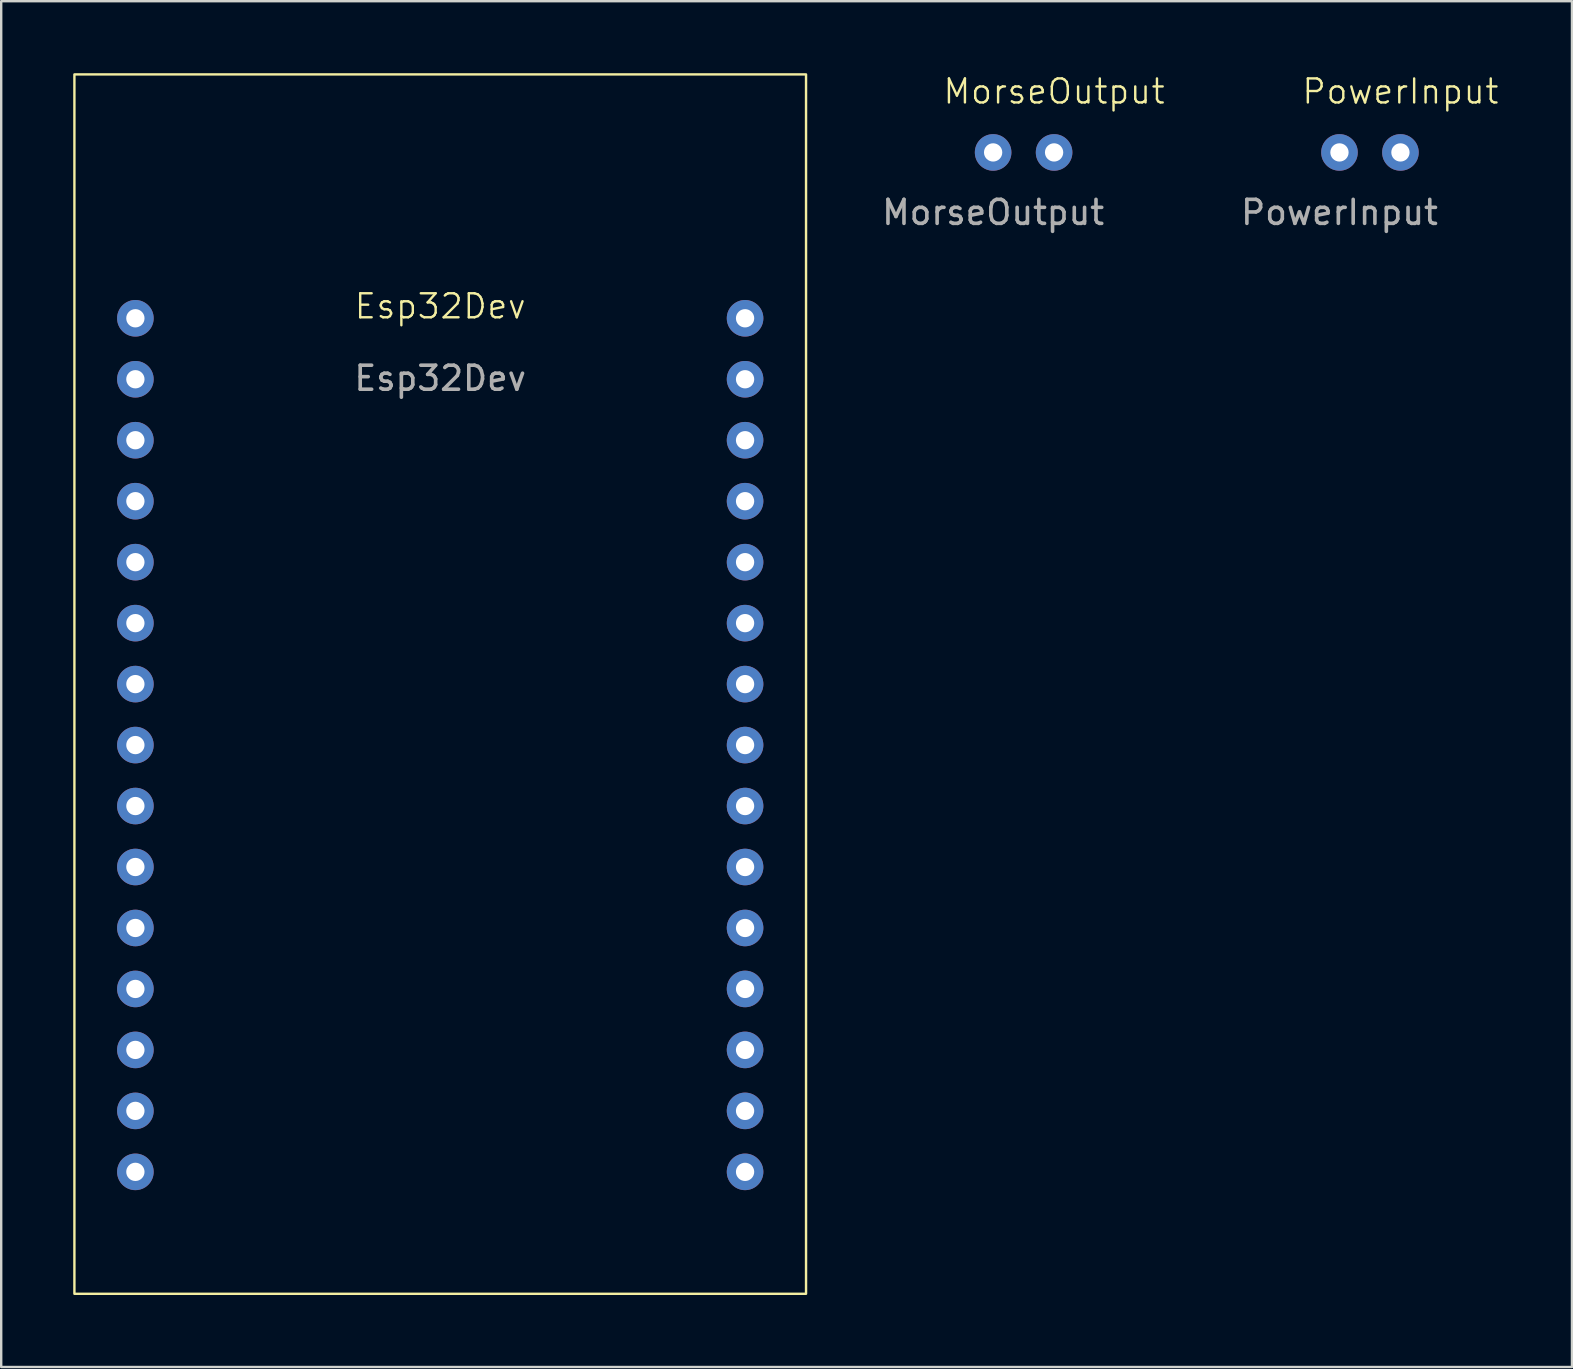
<source format=kicad_pcb>
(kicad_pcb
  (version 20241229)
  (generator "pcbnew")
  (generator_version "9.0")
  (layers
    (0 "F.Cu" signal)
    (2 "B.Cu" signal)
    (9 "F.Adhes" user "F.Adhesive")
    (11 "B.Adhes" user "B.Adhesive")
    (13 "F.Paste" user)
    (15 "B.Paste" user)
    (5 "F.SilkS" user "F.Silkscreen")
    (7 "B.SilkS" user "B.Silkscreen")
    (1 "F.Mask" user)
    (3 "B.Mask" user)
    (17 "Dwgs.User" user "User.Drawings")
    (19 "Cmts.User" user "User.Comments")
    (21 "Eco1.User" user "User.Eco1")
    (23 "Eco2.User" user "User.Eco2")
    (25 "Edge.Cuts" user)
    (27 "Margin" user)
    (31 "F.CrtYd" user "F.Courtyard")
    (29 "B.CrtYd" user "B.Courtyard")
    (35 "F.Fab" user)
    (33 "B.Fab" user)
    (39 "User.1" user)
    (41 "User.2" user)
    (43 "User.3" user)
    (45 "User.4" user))
  (footprint "PowerInput"
    (layer "F.Cu")
    (at 52.753 3.3)
    (property "Reference" "PowerInput" (at 2.54 -2.54 0) (unlocked yes) (layer "F.SilkS") (effects (font (size 1 1) (thickness 0.1))))
    (attr through_hole)
    (fp_text user "${REFERENCE}" (at 0 2.5 0) (unlocked yes) (layer "F.Fab") (effects (font (size 1 1) (thickness 0.15))))
    (pad "1" thru_hole circle (at 0 0) (size 1.524 1.524) (drill 0.762) (layers "*.Cu" "*.Mask"))
    (pad "2" thru_hole circle (at 2.54 0) (size 1.524 1.524) (drill 0.762) (layers "*.Cu" "*.Mask")))
  (footprint "Esp32Dev"
    (layer "F.Cu")
    (at 15.29 10.21)
    (property "Reference" "Esp32Dev" (at 0 -0.5 0) (unlocked yes) (layer "F.SilkS") (effects (font (size 1 1) (thickness 0.1))))
    (attr through_hole)
    (fp_rect (start -15.24 -10.16) (end 15.24 40.64) (stroke (width 0.1) (type default)) (fill no) (layer "F.SilkS"))
    (fp_text user "${REFERENCE}" (at 0 2.5 0) (unlocked yes) (layer "F.Fab") (effects (font (size 1 1) (thickness 0.15))))
    (pad "1" thru_hole circle (at -12.7 0) (size 1.524 1.524) (drill 0.762) (layers "*.Cu" "*.Mask"))
    (pad "2" thru_hole circle (at -12.7 2.54) (size 1.524 1.524) (drill 0.762) (layers "*.Cu" "*.Mask"))
    (pad "3" thru_hole circle (at -12.7 5.08) (size 1.524 1.524) (drill 0.762) (layers "*.Cu" "*.Mask"))
    (pad "4" thru_hole circle (at -12.7 7.62) (size 1.524 1.524) (drill 0.762) (layers "*.Cu" "*.Mask"))
    (pad "5" thru_hole circle (at -12.7 10.16) (size 1.524 1.524) (drill 0.762) (layers "*.Cu" "*.Mask"))
    (pad "6" thru_hole circle (at -12.7 12.7) (size 1.524 1.524) (drill 0.762) (layers "*.Cu" "*.Mask"))
    (pad "7" thru_hole circle (at -12.7 15.24) (size 1.524 1.524) (drill 0.762) (layers "*.Cu" "*.Mask"))
    (pad "8" thru_hole circle (at -12.7 17.78) (size 1.524 1.524) (drill 0.762) (layers "*.Cu" "*.Mask"))
    (pad "9" thru_hole circle (at -12.7 20.32) (size 1.524 1.524) (drill 0.762) (layers "*.Cu" "*.Mask"))
    (pad "10" thru_hole circle (at -12.7 22.86) (size 1.524 1.524) (drill 0.762) (layers "*.Cu" "*.Mask"))
    (pad "11" thru_hole circle (at -12.7 25.4) (size 1.524 1.524) (drill 0.762) (layers "*.Cu" "*.Mask"))
    (pad "12" thru_hole circle (at -12.7 27.94) (size 1.524 1.524) (drill 0.762) (layers "*.Cu" "*.Mask"))
    (pad "13" thru_hole circle (at -12.7 30.48) (size 1.524 1.524) (drill 0.762) (layers "*.Cu" "*.Mask"))
    (pad "14" thru_hole circle (at -12.7 33.02) (size 1.524 1.524) (drill 0.762) (layers "*.Cu" "*.Mask"))
    (pad "15" thru_hole circle (at -12.7 35.56) (size 1.524 1.524) (drill 0.762) (layers "*.Cu" "*.Mask"))
    (pad "16" thru_hole circle (at 12.7 0) (size 1.524 1.524) (drill 0.762) (layers "*.Cu" "*.Mask"))
    (pad "17" thru_hole circle (at 12.7 2.54) (size 1.524 1.524) (drill 0.762) (layers "*.Cu" "*.Mask"))
    (pad "18" thru_hole circle (at 12.7 5.08) (size 1.524 1.524) (drill 0.762) (layers "*.Cu" "*.Mask"))
    (pad "19" thru_hole circle (at 12.7 7.62) (size 1.524 1.524) (drill 0.762) (layers "*.Cu" "*.Mask"))
    (pad "20" thru_hole circle (at 12.7 10.16) (size 1.524 1.524) (drill 0.762) (layers "*.Cu" "*.Mask"))
    (pad "21" thru_hole circle (at 12.7 12.7) (size 1.524 1.524) (drill 0.762) (layers "*.Cu" "*.Mask"))
    (pad "22" thru_hole circle (at 12.7 15.24) (size 1.524 1.524) (drill 0.762) (layers "*.Cu" "*.Mask"))
    (pad "23" thru_hole circle (at 12.7 17.78) (size 1.524 1.524) (drill 0.762) (layers "*.Cu" "*.Mask"))
    (pad "24" thru_hole circle (at 12.7 20.32) (size 1.524 1.524) (drill 0.762) (layers "*.Cu" "*.Mask"))
    (pad "25" thru_hole circle (at 12.7 22.86) (size 1.524 1.524) (drill 0.762) (layers "*.Cu" "*.Mask"))
    (pad "26" thru_hole circle (at 12.7 25.4) (size 1.524 1.524) (drill 0.762) (layers "*.Cu" "*.Mask"))
    (pad "27" thru_hole circle (at 12.7 27.94) (size 1.524 1.524) (drill 0.762) (layers "*.Cu" "*.Mask"))
    (pad "28" thru_hole circle (at 12.7 30.48) (size 1.524 1.524) (drill 0.762) (layers "*.Cu" "*.Mask"))
    (pad "29" thru_hole circle (at 12.7 33.02) (size 1.524 1.524) (drill 0.762) (layers "*.Cu" "*.Mask"))
    (pad "30" thru_hole circle (at 12.7 35.56) (size 1.524 1.524) (drill 0.762) (layers "*.Cu" "*.Mask")))
  (footprint "MorseOutput"
    (layer "F.Cu")
    (at 38.324 3.3)
    (property "Reference" "MorseOutput" (at 2.54 -2.54 0) (unlocked yes) (layer "F.SilkS") (effects (font (size 1 1) (thickness 0.1))))
    (attr through_hole)
    (fp_text user "${REFERENCE}" (at 0 2.5 0) (unlocked yes) (layer "F.Fab") (effects (font (size 1 1) (thickness 0.15))))
    (pad "1" thru_hole circle (at 0 0) (size 1.524 1.524) (drill 0.762) (layers "*.Cu" "*.Mask"))
    (pad "2" thru_hole circle (at 2.54 0) (size 1.524 1.524) (drill 0.762) (layers "*.Cu" "*.Mask")))
  (gr_rect
    (start -3 -3)
    (end 62.439 53.9)
    (stroke (width 0.1) (type default))
    (fill no)
    (layer "Edge.Cuts")))
</source>
